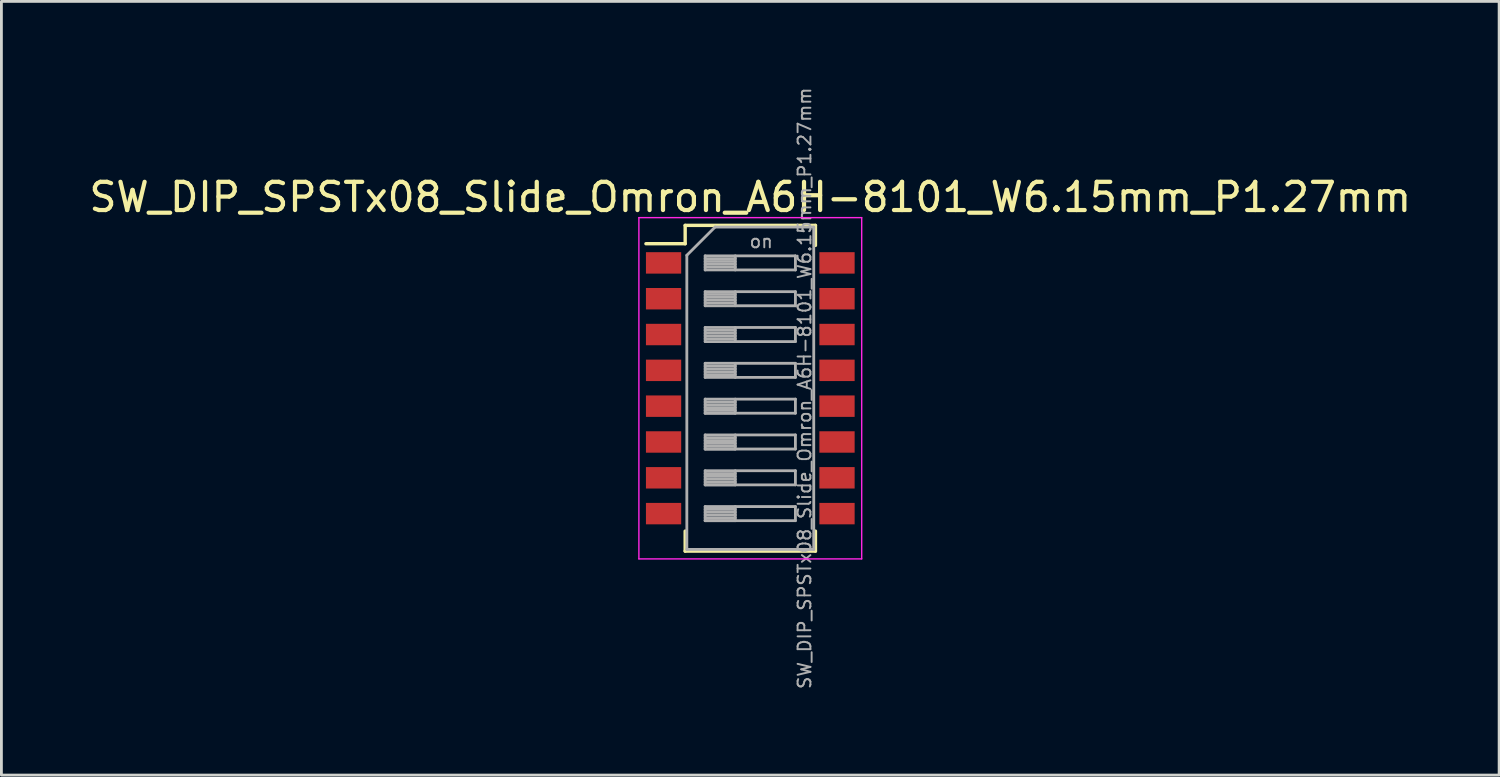
<source format=kicad_pcb>
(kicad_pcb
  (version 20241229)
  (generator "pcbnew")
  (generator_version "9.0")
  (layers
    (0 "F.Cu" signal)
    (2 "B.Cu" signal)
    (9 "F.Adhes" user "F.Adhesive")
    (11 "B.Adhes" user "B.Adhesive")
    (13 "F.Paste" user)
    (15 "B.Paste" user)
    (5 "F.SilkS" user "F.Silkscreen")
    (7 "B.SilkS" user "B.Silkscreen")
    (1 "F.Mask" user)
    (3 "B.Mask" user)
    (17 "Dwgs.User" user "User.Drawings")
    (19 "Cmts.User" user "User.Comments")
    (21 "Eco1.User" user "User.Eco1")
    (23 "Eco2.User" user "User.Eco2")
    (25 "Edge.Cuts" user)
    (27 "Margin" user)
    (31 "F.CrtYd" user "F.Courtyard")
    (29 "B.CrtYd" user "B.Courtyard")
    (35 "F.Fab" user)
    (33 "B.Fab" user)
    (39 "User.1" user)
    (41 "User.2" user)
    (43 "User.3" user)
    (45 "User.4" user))
  (footprint "SW_DIP_SPSTx08_Slide_Omron_A6H-8101_W6.15mm_P1.27mm"
    (layer "F.Cu")
    (at 23.554 10.717)
    (property "Reference" "SW_DIP_SPSTx08_Slide_Omron_A6H-8101_W6.15mm_P1.27mm" (at 0 -6.775 0) (layer "F.SilkS") (effects (font (size 1 1) (thickness 0.15))))
    (attr smd)
    (fp_line (start -3.7 -5.125) (end -2.309 -5.125) (stroke (width 0.12) (type solid)) (layer "F.SilkS"))
    (fp_line (start -2.309 -5.775) (end -2.309 -5.125) (stroke (width 0.12) (type solid)) (layer "F.SilkS"))
    (fp_line (start -2.309 -5.775) (end 2.31 -5.775) (stroke (width 0.12) (type solid)) (layer "F.SilkS"))
    (fp_line (start -2.309 5.065) (end -2.309 5.775) (stroke (width 0.12) (type solid)) (layer "F.SilkS"))
    (fp_line (start -2.309 5.775) (end 2.31 5.775) (stroke (width 0.12) (type solid)) (layer "F.SilkS"))
    (fp_line (start 2.31 -5.775) (end 2.31 -5.065) (stroke (width 0.12) (type solid)) (layer "F.SilkS"))
    (fp_line (start 2.31 5.065) (end 2.31 5.775) (stroke (width 0.12) (type solid)) (layer "F.SilkS"))
    (fp_line (start -3.95 -6.05) (end -3.95 6.05) (stroke (width 0.05) (type solid)) (layer "F.CrtYd"))
    (fp_line (start -3.95 6.05) (end 3.95 6.05) (stroke (width 0.05) (type solid)) (layer "F.CrtYd"))
    (fp_line (start 3.95 -6.05) (end -3.95 -6.05) (stroke (width 0.05) (type solid)) (layer "F.CrtYd"))
    (fp_line (start 3.95 6.05) (end 3.95 -6.05) (stroke (width 0.05) (type solid)) (layer "F.CrtYd"))
    (fp_line (start -2.25 -4.715) (end -1.25 -5.715) (stroke (width 0.1) (type solid)) (layer "F.Fab"))
    (fp_line (start -2.25 5.715) (end -2.25 -4.715) (stroke (width 0.1) (type solid)) (layer "F.Fab"))
    (fp_line (start -1.6 -4.695) (end -1.6 -4.195) (stroke (width 0.1) (type solid)) (layer "F.Fab"))
    (fp_line (start -1.6 -4.595) (end -0.533 -4.595) (stroke (width 0.1) (type solid)) (layer "F.Fab"))
    (fp_line (start -1.6 -4.495) (end -0.533 -4.495) (stroke (width 0.1) (type solid)) (layer "F.Fab"))
    (fp_line (start -1.6 -4.395) (end -0.533 -4.395) (stroke (width 0.1) (type solid)) (layer "F.Fab"))
    (fp_line (start -1.6 -4.295) (end -0.533 -4.295) (stroke (width 0.1) (type solid)) (layer "F.Fab"))
    (fp_line (start -1.6 -4.195) (end 1.6 -4.195) (stroke (width 0.1) (type solid)) (layer "F.Fab"))
    (fp_line (start -1.6 -3.425) (end -1.6 -2.925) (stroke (width 0.1) (type solid)) (layer "F.Fab"))
    (fp_line (start -1.6 -3.325) (end -0.533 -3.325) (stroke (width 0.1) (type solid)) (layer "F.Fab"))
    (fp_line (start -1.6 -3.225) (end -0.533 -3.225) (stroke (width 0.1) (type solid)) (layer "F.Fab"))
    (fp_line (start -1.6 -3.125) (end -0.533 -3.125) (stroke (width 0.1) (type solid)) (layer "F.Fab"))
    (fp_line (start -1.6 -3.025) (end -0.533 -3.025) (stroke (width 0.1) (type solid)) (layer "F.Fab"))
    (fp_line (start -1.6 -2.925) (end 1.6 -2.925) (stroke (width 0.1) (type solid)) (layer "F.Fab"))
    (fp_line (start -1.6 -2.155) (end -1.6 -1.655) (stroke (width 0.1) (type solid)) (layer "F.Fab"))
    (fp_line (start -1.6 -2.055) (end -0.533 -2.055) (stroke (width 0.1) (type solid)) (layer "F.Fab"))
    (fp_line (start -1.6 -1.955) (end -0.533 -1.955) (stroke (width 0.1) (type solid)) (layer "F.Fab"))
    (fp_line (start -1.6 -1.855) (end -0.533 -1.855) (stroke (width 0.1) (type solid)) (layer "F.Fab"))
    (fp_line (start -1.6 -1.755) (end -0.533 -1.755) (stroke (width 0.1) (type solid)) (layer "F.Fab"))
    (fp_line (start -1.6 -1.655) (end 1.6 -1.655) (stroke (width 0.1) (type solid)) (layer "F.Fab"))
    (fp_line (start -1.6 -0.885) (end -1.6 -0.385) (stroke (width 0.1) (type solid)) (layer "F.Fab"))
    (fp_line (start -1.6 -0.785) (end -0.533 -0.785) (stroke (width 0.1) (type solid)) (layer "F.Fab"))
    (fp_line (start -1.6 -0.685) (end -0.533 -0.685) (stroke (width 0.1) (type solid)) (layer "F.Fab"))
    (fp_line (start -1.6 -0.585) (end -0.533 -0.585) (stroke (width 0.1) (type solid)) (layer "F.Fab"))
    (fp_line (start -1.6 -0.485) (end -0.533 -0.485) (stroke (width 0.1) (type solid)) (layer "F.Fab"))
    (fp_line (start -1.6 -0.385) (end 1.6 -0.385) (stroke (width 0.1) (type solid)) (layer "F.Fab"))
    (fp_line (start -1.6 0.385) (end -1.6 0.885) (stroke (width 0.1) (type solid)) (layer "F.Fab"))
    (fp_line (start -1.6 0.485) (end -0.533 0.485) (stroke (width 0.1) (type solid)) (layer "F.Fab"))
    (fp_line (start -1.6 0.585) (end -0.533 0.585) (stroke (width 0.1) (type solid)) (layer "F.Fab"))
    (fp_line (start -1.6 0.685) (end -0.533 0.685) (stroke (width 0.1) (type solid)) (layer "F.Fab"))
    (fp_line (start -1.6 0.785) (end -0.533 0.785) (stroke (width 0.1) (type solid)) (layer "F.Fab"))
    (fp_line (start -1.6 0.885) (end -0.533 0.885) (stroke (width 0.1) (type solid)) (layer "F.Fab"))
    (fp_line (start -1.6 0.885) (end 1.6 0.885) (stroke (width 0.1) (type solid)) (layer "F.Fab"))
    (fp_line (start -1.6 1.655) (end -1.6 2.155) (stroke (width 0.1) (type solid)) (layer "F.Fab"))
    (fp_line (start -1.6 1.755) (end -0.533 1.755) (stroke (width 0.1) (type solid)) (layer "F.Fab"))
    (fp_line (start -1.6 1.855) (end -0.533 1.855) (stroke (width 0.1) (type solid)) (layer "F.Fab"))
    (fp_line (start -1.6 1.955) (end -0.533 1.955) (stroke (width 0.1) (type solid)) (layer "F.Fab"))
    (fp_line (start -1.6 2.055) (end -0.533 2.055) (stroke (width 0.1) (type solid)) (layer "F.Fab"))
    (fp_line (start -1.6 2.155) (end -0.533 2.155) (stroke (width 0.1) (type solid)) (layer "F.Fab"))
    (fp_line (start -1.6 2.155) (end 1.6 2.155) (stroke (width 0.1) (type solid)) (layer "F.Fab"))
    (fp_line (start -1.6 2.925) (end -1.6 3.425) (stroke (width 0.1) (type solid)) (layer "F.Fab"))
    (fp_line (start -1.6 3.025) (end -0.533 3.025) (stroke (width 0.1) (type solid)) (layer "F.Fab"))
    (fp_line (start -1.6 3.125) (end -0.533 3.125) (stroke (width 0.1) (type solid)) (layer "F.Fab"))
    (fp_line (start -1.6 3.225) (end -0.533 3.225) (stroke (width 0.1) (type solid)) (layer "F.Fab"))
    (fp_line (start -1.6 3.325) (end -0.533 3.325) (stroke (width 0.1) (type solid)) (layer "F.Fab"))
    (fp_line (start -1.6 3.425) (end -0.533 3.425) (stroke (width 0.1) (type solid)) (layer "F.Fab"))
    (fp_line (start -1.6 3.425) (end 1.6 3.425) (stroke (width 0.1) (type solid)) (layer "F.Fab"))
    (fp_line (start -1.6 4.195) (end -1.6 4.695) (stroke (width 0.1) (type solid)) (layer "F.Fab"))
    (fp_line (start -1.6 4.295) (end -0.533 4.295) (stroke (width 0.1) (type solid)) (layer "F.Fab"))
    (fp_line (start -1.6 4.395) (end -0.533 4.395) (stroke (width 0.1) (type solid)) (layer "F.Fab"))
    (fp_line (start -1.6 4.495) (end -0.533 4.495) (stroke (width 0.1) (type solid)) (layer "F.Fab"))
    (fp_line (start -1.6 4.595) (end -0.533 4.595) (stroke (width 0.1) (type solid)) (layer "F.Fab"))
    (fp_line (start -1.6 4.695) (end -0.533 4.695) (stroke (width 0.1) (type solid)) (layer "F.Fab"))
    (fp_line (start -1.6 4.695) (end 1.6 4.695) (stroke (width 0.1) (type solid)) (layer "F.Fab"))
    (fp_line (start -1.25 -5.715) (end 2.25 -5.715) (stroke (width 0.1) (type solid)) (layer "F.Fab"))
    (fp_line (start -0.533 -4.695) (end -0.533 -4.195) (stroke (width 0.1) (type solid)) (layer "F.Fab"))
    (fp_line (start -0.533 -3.425) (end -0.533 -2.925) (stroke (width 0.1) (type solid)) (layer "F.Fab"))
    (fp_line (start -0.533 -2.155) (end -0.533 -1.655) (stroke (width 0.1) (type solid)) (layer "F.Fab"))
    (fp_line (start -0.533 -0.885) (end -0.533 -0.385) (stroke (width 0.1) (type solid)) (layer "F.Fab"))
    (fp_line (start -0.533 0.385) (end -0.533 0.885) (stroke (width 0.1) (type solid)) (layer "F.Fab"))
    (fp_line (start -0.533 1.655) (end -0.533 2.155) (stroke (width 0.1) (type solid)) (layer "F.Fab"))
    (fp_line (start -0.533 2.925) (end -0.533 3.425) (stroke (width 0.1) (type solid)) (layer "F.Fab"))
    (fp_line (start -0.533 4.195) (end -0.533 4.695) (stroke (width 0.1) (type solid)) (layer "F.Fab"))
    (fp_line (start 1.6 -4.695) (end -1.6 -4.695) (stroke (width 0.1) (type solid)) (layer "F.Fab"))
    (fp_line (start 1.6 -4.195) (end 1.6 -4.695) (stroke (width 0.1) (type solid)) (layer "F.Fab"))
    (fp_line (start 1.6 -3.425) (end -1.6 -3.425) (stroke (width 0.1) (type solid)) (layer "F.Fab"))
    (fp_line (start 1.6 -2.925) (end 1.6 -3.425) (stroke (width 0.1) (type solid)) (layer "F.Fab"))
    (fp_line (start 1.6 -2.155) (end -1.6 -2.155) (stroke (width 0.1) (type solid)) (layer "F.Fab"))
    (fp_line (start 1.6 -1.655) (end 1.6 -2.155) (stroke (width 0.1) (type solid)) (layer "F.Fab"))
    (fp_line (start 1.6 -0.885) (end -1.6 -0.885) (stroke (width 0.1) (type solid)) (layer "F.Fab"))
    (fp_line (start 1.6 -0.385) (end 1.6 -0.885) (stroke (width 0.1) (type solid)) (layer "F.Fab"))
    (fp_line (start 1.6 0.385) (end -1.6 0.385) (stroke (width 0.1) (type solid)) (layer "F.Fab"))
    (fp_line (start 1.6 0.885) (end 1.6 0.385) (stroke (width 0.1) (type solid)) (layer "F.Fab"))
    (fp_line (start 1.6 1.655) (end -1.6 1.655) (stroke (width 0.1) (type solid)) (layer "F.Fab"))
    (fp_line (start 1.6 2.155) (end 1.6 1.655) (stroke (width 0.1) (type solid)) (layer "F.Fab"))
    (fp_line (start 1.6 2.925) (end -1.6 2.925) (stroke (width 0.1) (type solid)) (layer "F.Fab"))
    (fp_line (start 1.6 3.425) (end 1.6 2.925) (stroke (width 0.1) (type solid)) (layer "F.Fab"))
    (fp_line (start 1.6 4.195) (end -1.6 4.195) (stroke (width 0.1) (type solid)) (layer "F.Fab"))
    (fp_line (start 1.6 4.695) (end 1.6 4.195) (stroke (width 0.1) (type solid)) (layer "F.Fab"))
    (fp_line (start 2.25 -5.715) (end 2.25 5.715) (stroke (width 0.1) (type solid)) (layer "F.Fab"))
    (fp_line (start 2.25 5.715) (end -2.25 5.715) (stroke (width 0.1) (type solid)) (layer "F.Fab"))
    (fp_text user "${REFERENCE}" (at 1.925 0 90) (layer "F.Fab") (effects (font (size 0.455 0.455) (thickness 0.068))))
    (fp_text user "on" (at 0.388 -5.205 0) (layer "F.Fab") (effects (font (size 0.455 0.455) (thickness 0.068))))
    (pad "1" smd rect (at -3.075 -4.445) (size 1.25 0.76) (layers "F.Cu" "F.Mask" "F.Paste"))
    (pad "2" smd rect (at -3.075 -3.175) (size 1.25 0.76) (layers "F.Cu" "F.Mask" "F.Paste"))
    (pad "3" smd rect (at -3.075 -1.905) (size 1.25 0.76) (layers "F.Cu" "F.Mask" "F.Paste"))
    (pad "4" smd rect (at -3.075 -0.635) (size 1.25 0.76) (layers "F.Cu" "F.Mask" "F.Paste"))
    (pad "5" smd rect (at -3.075 0.635) (size 1.25 0.76) (layers "F.Cu" "F.Mask" "F.Paste"))
    (pad "6" smd rect (at -3.075 1.905) (size 1.25 0.76) (layers "F.Cu" "F.Mask" "F.Paste"))
    (pad "7" smd rect (at -3.075 3.175) (size 1.25 0.76) (layers "F.Cu" "F.Mask" "F.Paste"))
    (pad "8" smd rect (at -3.075 4.445) (size 1.25 0.76) (layers "F.Cu" "F.Mask" "F.Paste"))
    (pad "9" smd rect (at 3.075 4.445) (size 1.25 0.76) (layers "F.Cu" "F.Mask" "F.Paste"))
    (pad "10" smd rect (at 3.075 3.175) (size 1.25 0.76) (layers "F.Cu" "F.Mask" "F.Paste"))
    (pad "11" smd rect (at 3.075 1.905) (size 1.25 0.76) (layers "F.Cu" "F.Mask" "F.Paste"))
    (pad "12" smd rect (at 3.075 0.635) (size 1.25 0.76) (layers "F.Cu" "F.Mask" "F.Paste"))
    (pad "13" smd rect (at 3.075 -0.635) (size 1.25 0.76) (layers "F.Cu" "F.Mask" "F.Paste"))
    (pad "14" smd rect (at 3.075 -1.905) (size 1.25 0.76) (layers "F.Cu" "F.Mask" "F.Paste"))
    (pad "15" smd rect (at 3.075 -3.175) (size 1.25 0.76) (layers "F.Cu" "F.Mask" "F.Paste"))
    (pad "16" smd rect (at 3.075 -4.445) (size 1.25 0.76) (layers "F.Cu" "F.Mask" "F.Paste")))
  (gr_rect
    (start -3 -3)
    (end 50.107 24.434)
    (stroke (width 0.1) (type default))
    (fill no)
    (layer "Edge.Cuts")))
</source>
